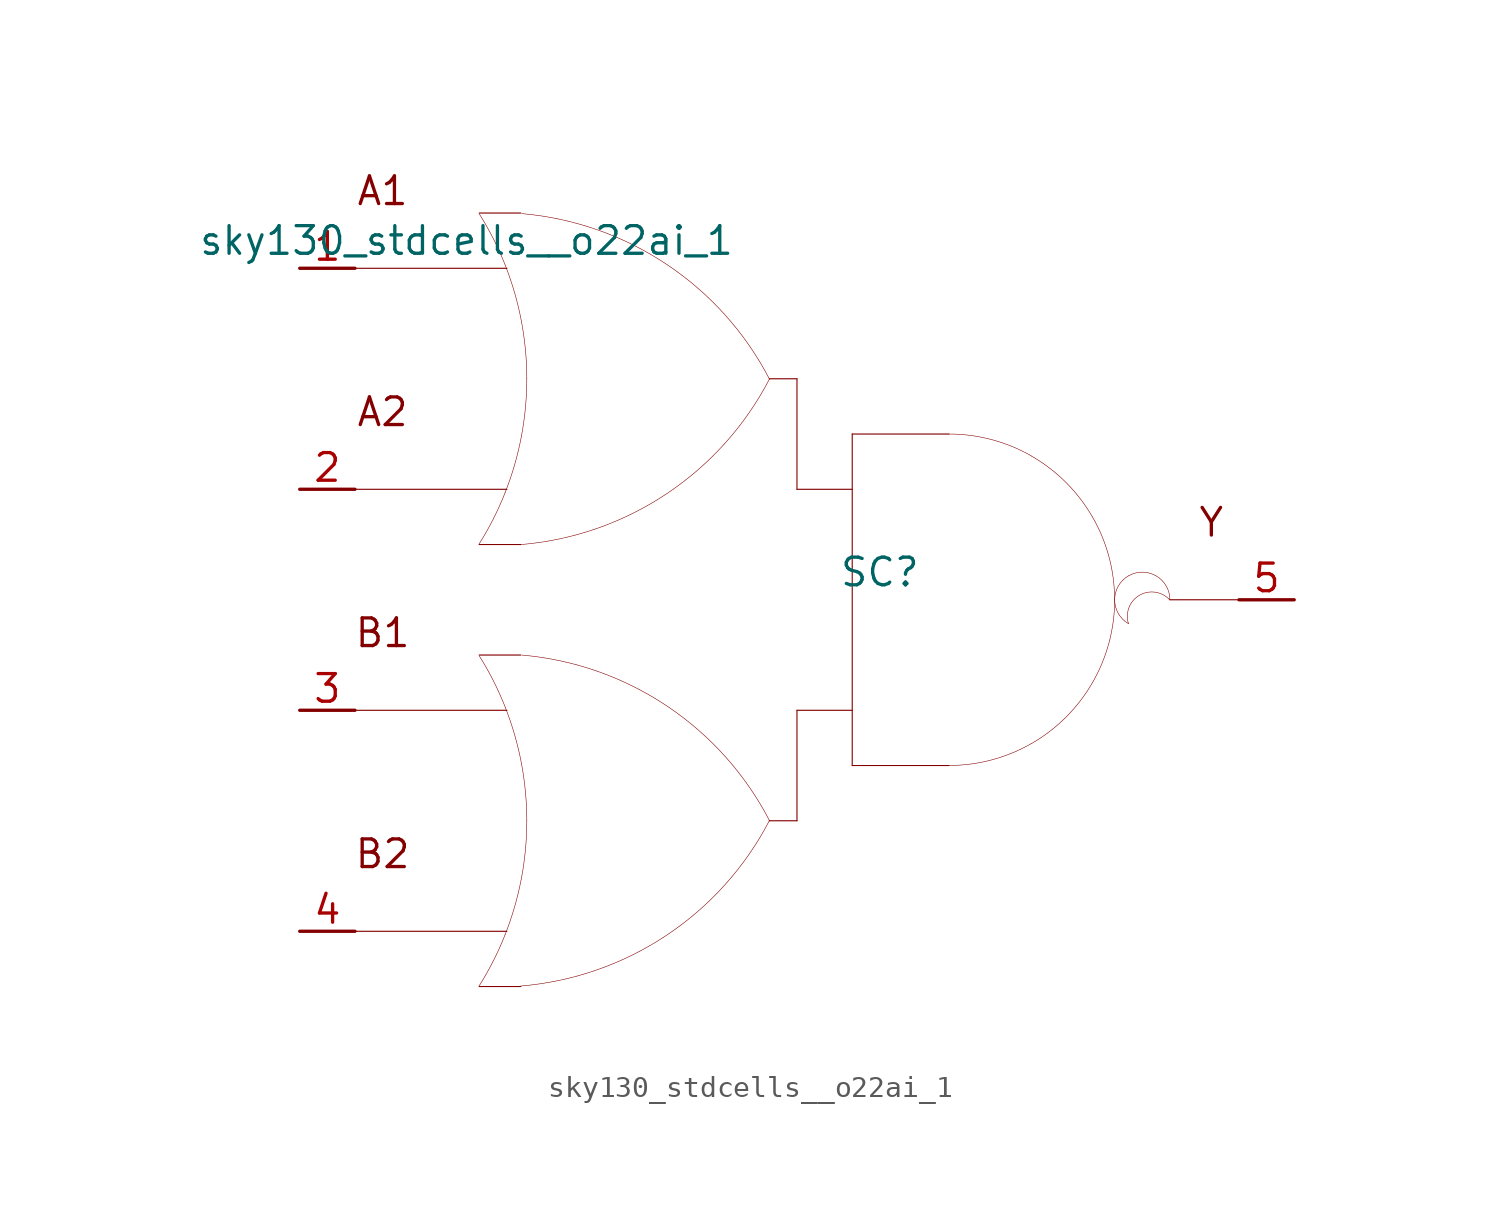
<source format=kicad_sym>
(kicad_symbol_lib
  (version 20211014)
  (generator kicad_symbol_editor)
  (symbol "sky130_stdcells__o22ai_1"
    (pin_names hide)
    (property "Reference" "SC"
      (at 3.81 1.27 0)
      (effects (font (size 1.27 1.27))))
    (property "Value" "sky130_stdcells__o22ai_1"
      (at -2.845 16.51 0)
      (effects (font (size 1.27 1.27)) (justify right)))
    (symbol "sky130_stdcells__o22ai_1_0_0"
      (arc (start -14.6255 -17.7742) (mid -13.968 -16.618) (end -13.4212 -15.4056) (stroke (width 0.0254) (type default) (color 0 0 0 0)) (fill (type none)))
      (arc (start -14.6255 2.5458) (mid -13.968 3.702) (end -13.4212 4.9144) (stroke (width 0.0254) (type default) (color 0 0 0 0)) (fill (type none)))
      (arc (start -13.4212 -15.4056) (mid -12.9863 -14.1355) (end -12.673 -12.8301) (stroke (width 0.0254) (type default) (color 0 0 0 0)) (fill (type none)))
      (arc (start -13.4212 4.9144) (mid -12.9863 6.1845) (end -12.673 7.4899) (stroke (width 0.0254) (type default) (color 0 0 0 0)) (fill (type none)))
      (arc (start -13.403 -4.9607) (mid -13.9512 -3.7352) (end -14.6123 -2.5668) (stroke (width 0.0254) (type default) (color 0 0 0 0)) (fill (type none)))
      (arc (start -13.403 15.3593) (mid -13.9512 16.5848) (end -14.6123 17.7532) (stroke (width 0.0254) (type default) (color 0 0 0 0)) (fill (type none)))
      (arc (start -12.705 -17.7577) (mid -6.011 -15.4332) (end -1.2741 -10.163) (stroke (width 0.0254) (type default) (color 0 0 0 0)) (fill (type none)))
      (arc (start -12.705 2.5369) (mid -6.011 4.8614) (end -1.2741 10.1316) (stroke (width 0.0254) (type default) (color 0 0 0 0)) (fill (type none)))
      (arc (start -12.673 -12.8301) (mid -12.4838 -11.501) (end -12.4206 -10.16) (stroke (width 0.0254) (type default) (color 0 0 0 0)) (fill (type none)))
      (arc (start -12.673 7.4899) (mid -12.4838 8.819) (end -12.4206 10.16) (stroke (width 0.0254) (type default) (color 0 0 0 0)) (fill (type none)))
      (arc (start -12.6684 -7.5144) (mid -12.9761 -6.2204) (end -13.403 -4.9607) (stroke (width 0.0254) (type default) (color 0 0 0 0)) (fill (type none)))
      (arc (start -12.6684 12.8056) (mid -12.9761 14.0996) (end -13.403 15.3593) (stroke (width 0.0254) (type default) (color 0 0 0 0)) (fill (type none)))
      (arc (start -12.4206 -10.16) (mid -12.4827 -8.8314) (end -12.6684 -7.5144) (stroke (width 0.0254) (type default) (color 0 0 0 0)) (fill (type none)))
      (arc (start -12.4206 10.16) (mid -12.4827 11.4886) (end -12.6684 12.8056) (stroke (width 0.0254) (type default) (color 0 0 0 0)) (fill (type none)))
      (arc (start -1.2513 -10.1756) (mid -5.9698 -4.889) (end -12.6556 -2.5411) (stroke (width 0.0254) (type default) (color 0 0 0 0)) (fill (type none)))
      (arc (start -1.2513 10.119) (mid -5.9698 15.4056) (end -12.6556 17.7535) (stroke (width 0.0254) (type default) (color 0 0 0 0)) (fill (type none)))
      (polyline (pts (xy -20.32 -15.24) (xy -13.335 -15.24)) (stroke (width 0.051) (type default) (color 0 0 0 0)) (fill (type none)))
      (polyline (pts (xy -20.32 -5.08) (xy -13.335 -5.08)) (stroke (width 0.051) (type default) (color 0 0 0 0)) (fill (type none)))
      (polyline (pts (xy -20.32 5.08) (xy -13.335 5.08)) (stroke (width 0.051) (type default) (color 0 0 0 0)) (fill (type none)))
      (polyline (pts (xy -20.32 15.24) (xy -13.335 15.24)) (stroke (width 0.051) (type default) (color 0 0 0 0)) (fill (type none)))
      (polyline (pts (xy -14.605 -17.78) (xy -12.7 -17.78)) (stroke (width 0.051) (type default) (color 0 0 0 0)) (fill (type none)))
      (polyline (pts (xy -14.605 -2.54) (xy -12.7 -2.54)) (stroke (width 0.051) (type default) (color 0 0 0 0)) (fill (type none)))
      (polyline (pts (xy -14.605 2.54) (xy -12.7 2.54)) (stroke (width 0.051) (type default) (color 0 0 0 0)) (fill (type none)))
      (polyline (pts (xy -14.605 17.78) (xy -12.7 17.78)) (stroke (width 0.051) (type default) (color 0 0 0 0)) (fill (type none)))
      (polyline (pts (xy -1.27 -10.16) (xy 0 -10.16)) (stroke (width 0.051) (type default) (color 0 0 0 0)) (fill (type none)))
      (polyline (pts (xy -1.27 10.16) (xy 0 10.16)) (stroke (width 0.051) (type default) (color 0 0 0 0)) (fill (type none)))
      (polyline (pts (xy 0 -5.08) (xy 0 -10.16)) (stroke (width 0.051) (type default) (color 0 0 0 0)) (fill (type none)))
      (polyline (pts (xy 0 -5.08) (xy 2.54 -5.08)) (stroke (width 0.051) (type default) (color 0 0 0 0)) (fill (type none)))
      (polyline (pts (xy 0 5.08) (xy 2.54 5.08)) (stroke (width 0.051) (type default) (color 0 0 0 0)) (fill (type none)))
      (polyline (pts (xy 0 10.16) (xy 0 5.08)) (stroke (width 0.051) (type default) (color 0 0 0 0)) (fill (type none)))
      (polyline (pts (xy 2.54 -7.62) (xy 6.985 -7.62)) (stroke (width 0.051) (type default) (color 0 0 0 0)) (fill (type none)))
      (polyline (pts (xy 2.54 7.62) (xy 2.54 -7.62)) (stroke (width 0.051) (type default) (color 0 0 0 0)) (fill (type none)))
      (polyline (pts (xy 2.54 7.62) (xy 6.985 7.62)) (stroke (width 0.051) (type default) (color 0 0 0 0)) (fill (type none)))
      (polyline (pts (xy 17.145 0) (xy 20.32 0)) (stroke (width 0.051) (type default) (color 0 0 0 0)) (fill (type none)))
      (arc (start 6.985 -7.62) (mid 8.9572 -7.3604) (end 10.795 -6.5991) (stroke (width 0.0254) (type default) (color 0 0 0 0)) (fill (type none)))
      (arc (start 10.795 -6.5991) (mid 12.3731 -5.3881) (end 13.5841 -3.81) (stroke (width 0.0254) (type default) (color 0 0 0 0)) (fill (type none)))
      (arc (start 10.795 6.5991) (mid 8.9572 7.3603) (end 6.985 7.62) (stroke (width 0.0254) (type default) (color 0 0 0 0)) (fill (type none)))
      (arc (start 13.5841 -3.81) (mid 14.3453 -1.9722) (end 14.605 0) (stroke (width 0.0254) (type default) (color 0 0 0 0)) (fill (type none)))
      (arc (start 13.5841 3.81) (mid 12.3731 5.3881) (end 10.795 6.5991) (stroke (width 0.0254) (type default) (color 0 0 0 0)) (fill (type none)))
      (arc (start 14.605 0) (mid 14.3454 1.9722) (end 13.5841 3.81) (stroke (width 0.0254) (type default) (color 0 0 0 0)) (fill (type none)))
      (arc (start 15.24 1.0999) (mid 14.605 0) (end 15.24 -1.0999) (stroke (width 0.0254) (type default) (color 0 0 0 0)) (fill (type none)))
      (arc (start 17.145 0) (mid 15.2881 0.4743) (end 15.24 -1.0999) (stroke (width 0.0254) (type default) (color 0 0 0 0)) (fill (type none)))
      (arc (start 17.145 0) (mid 16.51 1.0998) (end 15.24 1.0999) (stroke (width 0.0254) (type default) (color 0 0 0 0)) (fill (type none)))
      (text "A1" (at -19.05 18.796 0) (effects (font (size 1.27 1.27))))
      (text "A2" (at -19.05 8.636 0) (effects (font (size 1.27 1.27))))
      (text "B1" (at -19.05 -1.524 0) (effects (font (size 1.27 1.27))))
      (text "B2" (at -19.05 -11.684 0) (effects (font (size 1.27 1.27))))
      (text "Y" (at 19.05 3.556 0) (effects (font (size 1.27 1.27)))))
    (symbol "sky130_stdcells__o22ai_1_1_1"
      (pin input line (at -22.86 15.24 0) (length 2.54) (name "A1" (effects (font (size 1.092 1.092)))) (number "1" (effects (font (size 1.27 1.27)))))
      (pin input line (at -22.86 5.08 0) (length 2.54) (name "A2" (effects (font (size 1.092 1.092)))) (number "2" (effects (font (size 1.27 1.27)))))
      (pin input line (at -22.86 -5.08 0) (length 2.54) (name "B1" (effects (font (size 1.092 1.092)))) (number "3" (effects (font (size 1.27 1.27)))))
      (pin input line (at -22.86 -15.24 0) (length 2.54) (name "B2" (effects (font (size 1.092 1.092)))) (number "4" (effects (font (size 1.27 1.27)))))
      (pin output line (at 22.86 0 180) (length 2.54) (name "Y" (effects (font (size 1.092 1.092)))) (number "5" (effects (font (size 1.27 1.27))))))))
</source>
